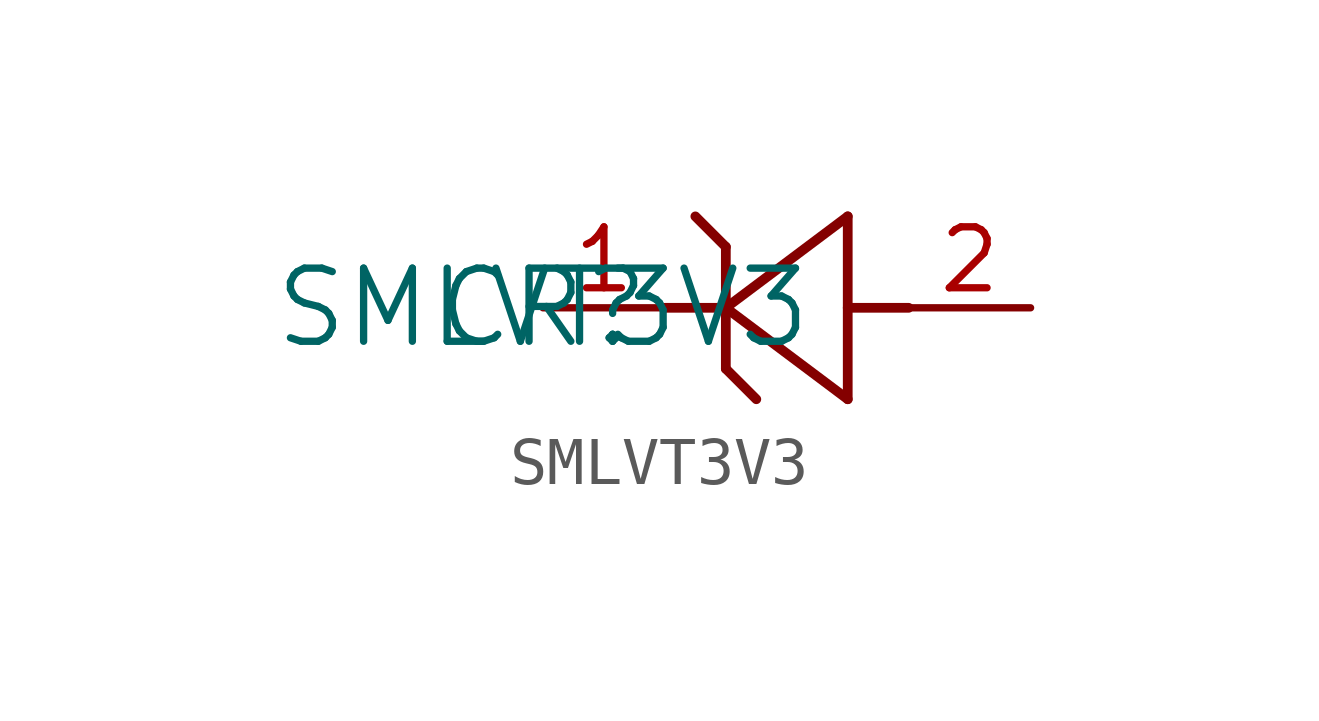
<source format=kicad_sym>
(kicad_symbol_lib
  (version 20211014)
  (generator kicad_symbol_editor)
  (symbol "SMLVT3V3"
    (pin_names
      (offset 0.254))
    (property "Reference" "CR"
      (at 0 0 0)
      (effects (font (size 1.524 1.524))))
    (property "Value" "SMLVT3V3"
      (at 0 0 0)
      (effects (font (size 1.524 1.524))))
    (symbol "SMLVT3V3_0_1"
      (polyline (pts (xy 3.81 -1.27) (xy 4.445 -1.905)) (stroke (width 0.203) (type default) (color 0 0 0 0)) (fill (type none)))
      (polyline (pts (xy 7.62 0) (xy 6.35 0)) (stroke (width 0.203) (type default) (color 0 0 0 0)) (fill (type none)))
      (polyline (pts (xy 3.175 1.905) (xy 3.81 1.27)) (stroke (width 0.203) (type default) (color 0 0 0 0)) (fill (type none)))
      (polyline (pts (xy 6.35 -1.905) (xy 6.35 1.905)) (stroke (width 0.203) (type default) (color 0 0 0 0)) (fill (type none)))
      (polyline (pts (xy 3.81 1.27) (xy 3.81 -1.27)) (stroke (width 0.203) (type default) (color 0 0 0 0)) (fill (type none)))
      (polyline (pts (xy 3.81 0) (xy 6.35 -1.905)) (stroke (width 0.203) (type default) (color 0 0 0 0)) (fill (type none)))
      (polyline (pts (xy 6.35 1.905) (xy 3.81 0)) (stroke (width 0.203) (type default) (color 0 0 0 0)) (fill (type none)))
      (polyline (pts (xy 2.54 0) (xy 3.81 0)) (stroke (width 0.203) (type default) (color 0 0 0 0)) (fill (type none)))
      (pin unspecified line (at 0 0 0) (length 2.54) (name "" (effects (font (size 1.27 1.27)))) (number "1" (effects (font (size 1.27 1.27)))))
      (pin unspecified line (at 10.16 0 180) (length 2.54) (name "" (effects (font (size 1.27 1.27)))) (number "2" (effects (font (size 1.27 1.27))))))))
</source>
